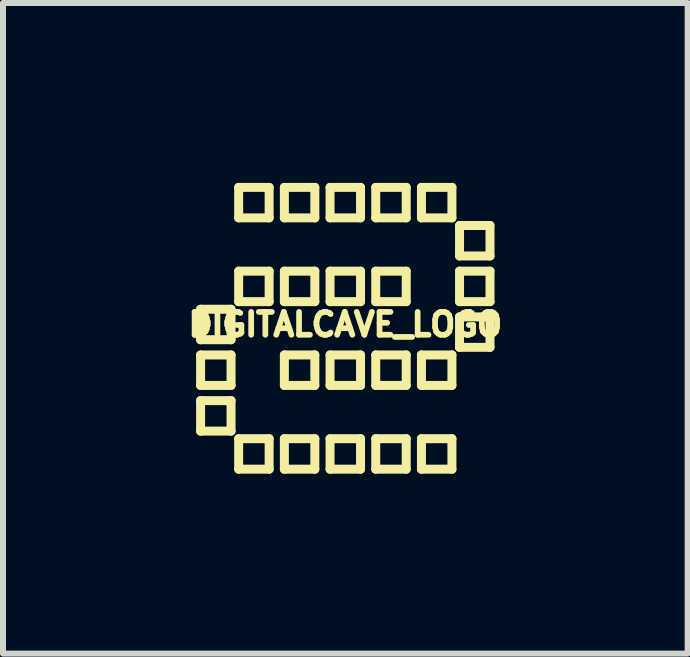
<source format=kicad_pcb>
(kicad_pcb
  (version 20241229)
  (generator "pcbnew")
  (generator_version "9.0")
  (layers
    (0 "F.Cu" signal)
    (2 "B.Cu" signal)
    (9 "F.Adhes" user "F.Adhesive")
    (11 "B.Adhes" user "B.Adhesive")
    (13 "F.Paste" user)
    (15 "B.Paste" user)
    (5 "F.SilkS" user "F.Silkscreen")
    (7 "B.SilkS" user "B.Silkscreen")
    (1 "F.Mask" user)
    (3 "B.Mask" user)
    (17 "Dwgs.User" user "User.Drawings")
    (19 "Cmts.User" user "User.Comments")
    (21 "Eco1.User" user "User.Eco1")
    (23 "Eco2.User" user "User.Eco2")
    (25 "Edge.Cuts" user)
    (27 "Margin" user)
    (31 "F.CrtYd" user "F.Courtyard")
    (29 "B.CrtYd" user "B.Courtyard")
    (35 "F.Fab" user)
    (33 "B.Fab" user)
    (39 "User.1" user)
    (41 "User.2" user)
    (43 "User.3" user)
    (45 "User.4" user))
  (footprint "DIGITALCAVE_LOGO"
    (layer "F.Cu")
    (at 2.708 2.361)
    (property "Reference" "DIGITALCAVE_LOGO" (at 0 0 0) (layer "F.SilkS") (effects (font (size 0.381 0.381) (thickness 0.127))))
    (attr through_hole)
    (fp_line (start -2.413 -0.254) (end -1.905 -0.254) (stroke (width 0.15) (type solid)) (layer "F.SilkS"))
    (fp_line (start -2.413 0.254) (end -2.413 -0.254) (stroke (width 0.15) (type solid)) (layer "F.SilkS"))
    (fp_line (start -2.413 0.508) (end -1.905 0.508) (stroke (width 0.15) (type solid)) (layer "F.SilkS"))
    (fp_line (start -2.413 1.016) (end -2.413 0.508) (stroke (width 0.15) (type solid)) (layer "F.SilkS"))
    (fp_line (start -2.413 1.27) (end -1.905 1.27) (stroke (width 0.15) (type solid)) (layer "F.SilkS"))
    (fp_line (start -2.413 1.778) (end -2.413 1.27) (stroke (width 0.15) (type solid)) (layer "F.SilkS"))
    (fp_line (start -1.905 -0.254) (end -1.905 0.254) (stroke (width 0.15) (type solid)) (layer "F.SilkS"))
    (fp_line (start -1.905 0.254) (end -2.413 0.254) (stroke (width 0.15) (type solid)) (layer "F.SilkS"))
    (fp_line (start -1.905 0.508) (end -1.905 1.016) (stroke (width 0.15) (type solid)) (layer "F.SilkS"))
    (fp_line (start -1.905 1.016) (end -2.413 1.016) (stroke (width 0.15) (type solid)) (layer "F.SilkS"))
    (fp_line (start -1.905 1.27) (end -1.905 1.778) (stroke (width 0.15) (type solid)) (layer "F.SilkS"))
    (fp_line (start -1.905 1.778) (end -2.413 1.778) (stroke (width 0.15) (type solid)) (layer "F.SilkS"))
    (fp_line (start -1.778 -2.286) (end -1.778 -1.778) (stroke (width 0.15) (type solid)) (layer "F.SilkS"))
    (fp_line (start -1.778 -1.778) (end -1.27 -1.778) (stroke (width 0.15) (type solid)) (layer "F.SilkS"))
    (fp_line (start -1.778 -0.889) (end -1.27 -0.889) (stroke (width 0.15) (type solid)) (layer "F.SilkS"))
    (fp_line (start -1.778 -0.381) (end -1.778 -0.889) (stroke (width 0.15) (type solid)) (layer "F.SilkS"))
    (fp_line (start -1.778 1.905) (end -1.27 1.905) (stroke (width 0.15) (type solid)) (layer "F.SilkS"))
    (fp_line (start -1.778 2.413) (end -1.778 1.905) (stroke (width 0.15) (type solid)) (layer "F.SilkS"))
    (fp_line (start -1.27 -2.286) (end -1.778 -2.286) (stroke (width 0.15) (type solid)) (layer "F.SilkS"))
    (fp_line (start -1.27 -1.778) (end -1.27 -2.286) (stroke (width 0.15) (type solid)) (layer "F.SilkS"))
    (fp_line (start -1.27 -0.889) (end -1.27 -0.381) (stroke (width 0.15) (type solid)) (layer "F.SilkS"))
    (fp_line (start -1.27 -0.381) (end -1.778 -0.381) (stroke (width 0.15) (type solid)) (layer "F.SilkS"))
    (fp_line (start -1.27 1.905) (end -1.27 2.413) (stroke (width 0.15) (type solid)) (layer "F.SilkS"))
    (fp_line (start -1.27 2.413) (end -1.778 2.413) (stroke (width 0.15) (type solid)) (layer "F.SilkS"))
    (fp_line (start -1.016 -2.286) (end -1.016 -1.778) (stroke (width 0.15) (type solid)) (layer "F.SilkS"))
    (fp_line (start -1.016 -1.778) (end -0.508 -1.778) (stroke (width 0.15) (type solid)) (layer "F.SilkS"))
    (fp_line (start -1.016 -0.889) (end -1.016 -0.381) (stroke (width 0.15) (type solid)) (layer "F.SilkS"))
    (fp_line (start -1.016 -0.381) (end -0.508 -0.381) (stroke (width 0.15) (type solid)) (layer "F.SilkS"))
    (fp_line (start -1.016 0.508) (end -1.016 1.016) (stroke (width 0.15) (type solid)) (layer "F.SilkS"))
    (fp_line (start -1.016 1.016) (end -0.508 1.016) (stroke (width 0.15) (type solid)) (layer "F.SilkS"))
    (fp_line (start -1.016 1.905) (end -0.508 1.905) (stroke (width 0.15) (type solid)) (layer "F.SilkS"))
    (fp_line (start -1.016 2.413) (end -1.016 1.905) (stroke (width 0.15) (type solid)) (layer "F.SilkS"))
    (fp_line (start -0.508 -2.286) (end -1.016 -2.286) (stroke (width 0.15) (type solid)) (layer "F.SilkS"))
    (fp_line (start -0.508 -1.778) (end -0.508 -2.286) (stroke (width 0.15) (type solid)) (layer "F.SilkS"))
    (fp_line (start -0.508 -0.889) (end -1.016 -0.889) (stroke (width 0.15) (type solid)) (layer "F.SilkS"))
    (fp_line (start -0.508 -0.381) (end -0.508 -0.889) (stroke (width 0.15) (type solid)) (layer "F.SilkS"))
    (fp_line (start -0.508 0.508) (end -1.016 0.508) (stroke (width 0.15) (type solid)) (layer "F.SilkS"))
    (fp_line (start -0.508 1.016) (end -0.508 0.508) (stroke (width 0.15) (type solid)) (layer "F.SilkS"))
    (fp_line (start -0.508 1.905) (end -0.508 2.413) (stroke (width 0.15) (type solid)) (layer "F.SilkS"))
    (fp_line (start -0.508 2.413) (end -1.016 2.413) (stroke (width 0.15) (type solid)) (layer "F.SilkS"))
    (fp_line (start -0.254 -2.286) (end -0.254 -1.778) (stroke (width 0.15) (type solid)) (layer "F.SilkS"))
    (fp_line (start -0.254 -1.778) (end 0.254 -1.778) (stroke (width 0.15) (type solid)) (layer "F.SilkS"))
    (fp_line (start -0.254 -0.889) (end 0.254 -0.889) (stroke (width 0.15) (type solid)) (layer "F.SilkS"))
    (fp_line (start -0.254 -0.381) (end -0.254 -0.889) (stroke (width 0.15) (type solid)) (layer "F.SilkS"))
    (fp_line (start -0.254 1.016) (end -0.254 0.508) (stroke (width 0.15) (type solid)) (layer "F.SilkS"))
    (fp_line (start -0.254 1.905) (end 0.254 1.905) (stroke (width 0.15) (type solid)) (layer "F.SilkS"))
    (fp_line (start -0.254 2.413) (end -0.254 1.905) (stroke (width 0.15) (type solid)) (layer "F.SilkS"))
    (fp_line (start 0.254 -2.286) (end -0.254 -2.286) (stroke (width 0.15) (type solid)) (layer "F.SilkS"))
    (fp_line (start 0.254 -1.778) (end 0.254 -2.286) (stroke (width 0.15) (type solid)) (layer "F.SilkS"))
    (fp_line (start 0.254 -0.889) (end 0.254 -0.381) (stroke (width 0.15) (type solid)) (layer "F.SilkS"))
    (fp_line (start 0.254 -0.381) (end -0.254 -0.381) (stroke (width 0.15) (type solid)) (layer "F.SilkS"))
    (fp_line (start 0.254 0.508) (end -0.254 0.508) (stroke (width 0.15) (type solid)) (layer "F.SilkS"))
    (fp_line (start 0.254 1.016) (end -0.254 1.016) (stroke (width 0.15) (type solid)) (layer "F.SilkS"))
    (fp_line (start 0.254 1.016) (end 0.254 0.508) (stroke (width 0.15) (type solid)) (layer "F.SilkS"))
    (fp_line (start 0.254 1.905) (end 0.254 2.413) (stroke (width 0.15) (type solid)) (layer "F.SilkS"))
    (fp_line (start 0.254 2.413) (end -0.254 2.413) (stroke (width 0.15) (type solid)) (layer "F.SilkS"))
    (fp_line (start 0.508 -2.286) (end 0.508 -1.778) (stroke (width 0.15) (type solid)) (layer "F.SilkS"))
    (fp_line (start 0.508 -1.778) (end 1.016 -1.778) (stroke (width 0.15) (type solid)) (layer "F.SilkS"))
    (fp_line (start 0.508 -0.889) (end 0.508 -0.381) (stroke (width 0.15) (type solid)) (layer "F.SilkS"))
    (fp_line (start 0.508 -0.381) (end 1.016 -0.381) (stroke (width 0.15) (type solid)) (layer "F.SilkS"))
    (fp_line (start 0.508 0.508) (end 1.016 0.508) (stroke (width 0.15) (type solid)) (layer "F.SilkS"))
    (fp_line (start 0.508 1.016) (end 0.508 0.508) (stroke (width 0.15) (type solid)) (layer "F.SilkS"))
    (fp_line (start 0.508 1.905) (end 1.016 1.905) (stroke (width 0.15) (type solid)) (layer "F.SilkS"))
    (fp_line (start 0.508 2.413) (end 0.508 1.905) (stroke (width 0.15) (type solid)) (layer "F.SilkS"))
    (fp_line (start 1.016 -2.286) (end 0.508 -2.286) (stroke (width 0.15) (type solid)) (layer "F.SilkS"))
    (fp_line (start 1.016 -1.778) (end 1.016 -2.286) (stroke (width 0.15) (type solid)) (layer "F.SilkS"))
    (fp_line (start 1.016 -0.889) (end 0.508 -0.889) (stroke (width 0.15) (type solid)) (layer "F.SilkS"))
    (fp_line (start 1.016 -0.381) (end 1.016 -0.889) (stroke (width 0.15) (type solid)) (layer "F.SilkS"))
    (fp_line (start 1.016 0.508) (end 1.016 1.016) (stroke (width 0.15) (type solid)) (layer "F.SilkS"))
    (fp_line (start 1.016 1.016) (end 0.508 1.016) (stroke (width 0.15) (type solid)) (layer "F.SilkS"))
    (fp_line (start 1.016 1.905) (end 1.016 2.413) (stroke (width 0.15) (type solid)) (layer "F.SilkS"))
    (fp_line (start 1.016 2.413) (end 0.508 2.413) (stroke (width 0.15) (type solid)) (layer "F.SilkS"))
    (fp_line (start 1.27 -2.286) (end 1.27 -1.778) (stroke (width 0.15) (type solid)) (layer "F.SilkS"))
    (fp_line (start 1.27 -1.778) (end 1.778 -1.778) (stroke (width 0.15) (type solid)) (layer "F.SilkS"))
    (fp_line (start 1.27 0.508) (end 1.778 0.508) (stroke (width 0.15) (type solid)) (layer "F.SilkS"))
    (fp_line (start 1.27 1.016) (end 1.27 0.508) (stroke (width 0.15) (type solid)) (layer "F.SilkS"))
    (fp_line (start 1.27 1.905) (end 1.778 1.905) (stroke (width 0.15) (type solid)) (layer "F.SilkS"))
    (fp_line (start 1.27 2.413) (end 1.27 1.905) (stroke (width 0.15) (type solid)) (layer "F.SilkS"))
    (fp_line (start 1.778 -2.286) (end 1.27 -2.286) (stroke (width 0.15) (type solid)) (layer "F.SilkS"))
    (fp_line (start 1.778 -1.778) (end 1.778 -2.286) (stroke (width 0.15) (type solid)) (layer "F.SilkS"))
    (fp_line (start 1.778 0.508) (end 1.778 1.016) (stroke (width 0.15) (type solid)) (layer "F.SilkS"))
    (fp_line (start 1.778 1.016) (end 1.27 1.016) (stroke (width 0.15) (type solid)) (layer "F.SilkS"))
    (fp_line (start 1.778 1.905) (end 1.778 2.413) (stroke (width 0.15) (type solid)) (layer "F.SilkS"))
    (fp_line (start 1.778 2.413) (end 1.27 2.413) (stroke (width 0.15) (type solid)) (layer "F.SilkS"))
    (fp_line (start 1.905 -1.651) (end 2.413 -1.651) (stroke (width 0.15) (type solid)) (layer "F.SilkS"))
    (fp_line (start 1.905 -1.143) (end 1.905 -1.651) (stroke (width 0.15) (type solid)) (layer "F.SilkS"))
    (fp_line (start 1.905 -0.889) (end 2.413 -0.889) (stroke (width 0.15) (type solid)) (layer "F.SilkS"))
    (fp_line (start 1.905 -0.381) (end 1.905 -0.889) (stroke (width 0.15) (type solid)) (layer "F.SilkS"))
    (fp_line (start 1.905 -0.127) (end 2.413 -0.127) (stroke (width 0.15) (type solid)) (layer "F.SilkS"))
    (fp_line (start 1.905 0.381) (end 1.905 -0.127) (stroke (width 0.15) (type solid)) (layer "F.SilkS"))
    (fp_line (start 2.413 -1.651) (end 2.413 -1.143) (stroke (width 0.15) (type solid)) (layer "F.SilkS"))
    (fp_line (start 2.413 -1.143) (end 1.905 -1.143) (stroke (width 0.15) (type solid)) (layer "F.SilkS"))
    (fp_line (start 2.413 -0.889) (end 2.413 -0.381) (stroke (width 0.15) (type solid)) (layer "F.SilkS"))
    (fp_line (start 2.413 -0.381) (end 1.905 -0.381) (stroke (width 0.15) (type solid)) (layer "F.SilkS"))
    (fp_line (start 2.413 -0.127) (end 2.413 0.381) (stroke (width 0.15) (type solid)) (layer "F.SilkS"))
    (fp_line (start 2.413 0.381) (end 1.905 0.381) (stroke (width 0.15) (type solid)) (layer "F.SilkS")))
  (gr_rect
    (start -3 -3)
    (end 8.417 7.849)
    (stroke (width 0.1) (type default))
    (fill no)
    (layer "Edge.Cuts")))
</source>
